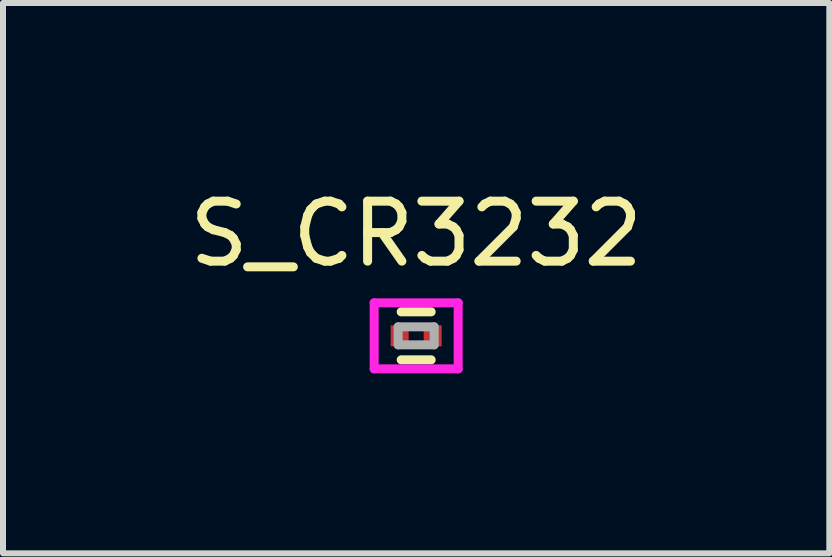
<source format=kicad_pcb>
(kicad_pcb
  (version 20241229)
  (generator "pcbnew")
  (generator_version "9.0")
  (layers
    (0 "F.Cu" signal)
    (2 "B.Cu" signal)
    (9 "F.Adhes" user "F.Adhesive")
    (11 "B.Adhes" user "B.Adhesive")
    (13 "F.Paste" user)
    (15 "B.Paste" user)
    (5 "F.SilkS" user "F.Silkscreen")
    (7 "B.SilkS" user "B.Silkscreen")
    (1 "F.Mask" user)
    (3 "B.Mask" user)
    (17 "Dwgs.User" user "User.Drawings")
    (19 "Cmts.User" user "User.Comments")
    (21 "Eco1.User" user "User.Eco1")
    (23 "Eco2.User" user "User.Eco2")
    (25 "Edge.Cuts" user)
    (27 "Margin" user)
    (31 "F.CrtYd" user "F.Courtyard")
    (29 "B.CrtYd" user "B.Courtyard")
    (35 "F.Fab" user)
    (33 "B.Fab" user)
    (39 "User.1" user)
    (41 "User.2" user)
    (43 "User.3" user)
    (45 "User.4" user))
  (footprint "S_CR3232"
    (layer "F.Cu")
    (at 3.887 2.548)
    (property "Reference" "S_CR3232" (at 0 -1.7 0) (layer "F.SilkS") (effects (font (size 1 1) (thickness 0.15))))
    (attr smd)
    (fp_line (start -0.25 -0.4) (end 0.25 -0.4) (stroke (width 0.15) (type solid)) (layer "F.SilkS"))
    (fp_line (start 0.25 0.4) (end -0.25 0.4) (stroke (width 0.15) (type solid)) (layer "F.SilkS"))
    (fp_line (start -0.7 -0.55) (end -0.7 0.55) (stroke (width 0.15) (type solid)) (layer "F.CrtYd"))
    (fp_line (start -0.7 -0.55) (end 0.7 -0.55) (stroke (width 0.15) (type solid)) (layer "F.CrtYd"))
    (fp_line (start -0.7 0.55) (end 0.7 0.55) (stroke (width 0.15) (type solid)) (layer "F.CrtYd"))
    (fp_line (start 0.7 -0.55) (end 0.7 0.55) (stroke (width 0.15) (type solid)) (layer "F.CrtYd"))
    (fp_line (start -0.3 -0.15) (end 0.3 -0.15) (stroke (width 0.15) (type solid)) (layer "F.Fab"))
    (fp_line (start -0.3 0.15) (end -0.3 -0.15) (stroke (width 0.15) (type solid)) (layer "F.Fab"))
    (fp_line (start 0.3 -0.15) (end 0.3 0.15) (stroke (width 0.15) (type solid)) (layer "F.Fab"))
    (fp_line (start 0.3 0.15) (end -0.3 0.15) (stroke (width 0.15) (type solid)) (layer "F.Fab"))
    (pad "+" smd rect (at -0.275 0) (size 0.3 0.35) (layers "F.Cu" "F.Mask" "F.Paste"))
    (pad "-" smd rect (at 0.275 0) (size 0.3 0.35) (layers "F.Cu" "F.Mask" "F.Paste")))
  (gr_rect
    (start -3 -3)
    (end 10.774 6.173)
    (stroke (width 0.1) (type default))
    (fill no)
    (layer "Edge.Cuts")))
</source>
